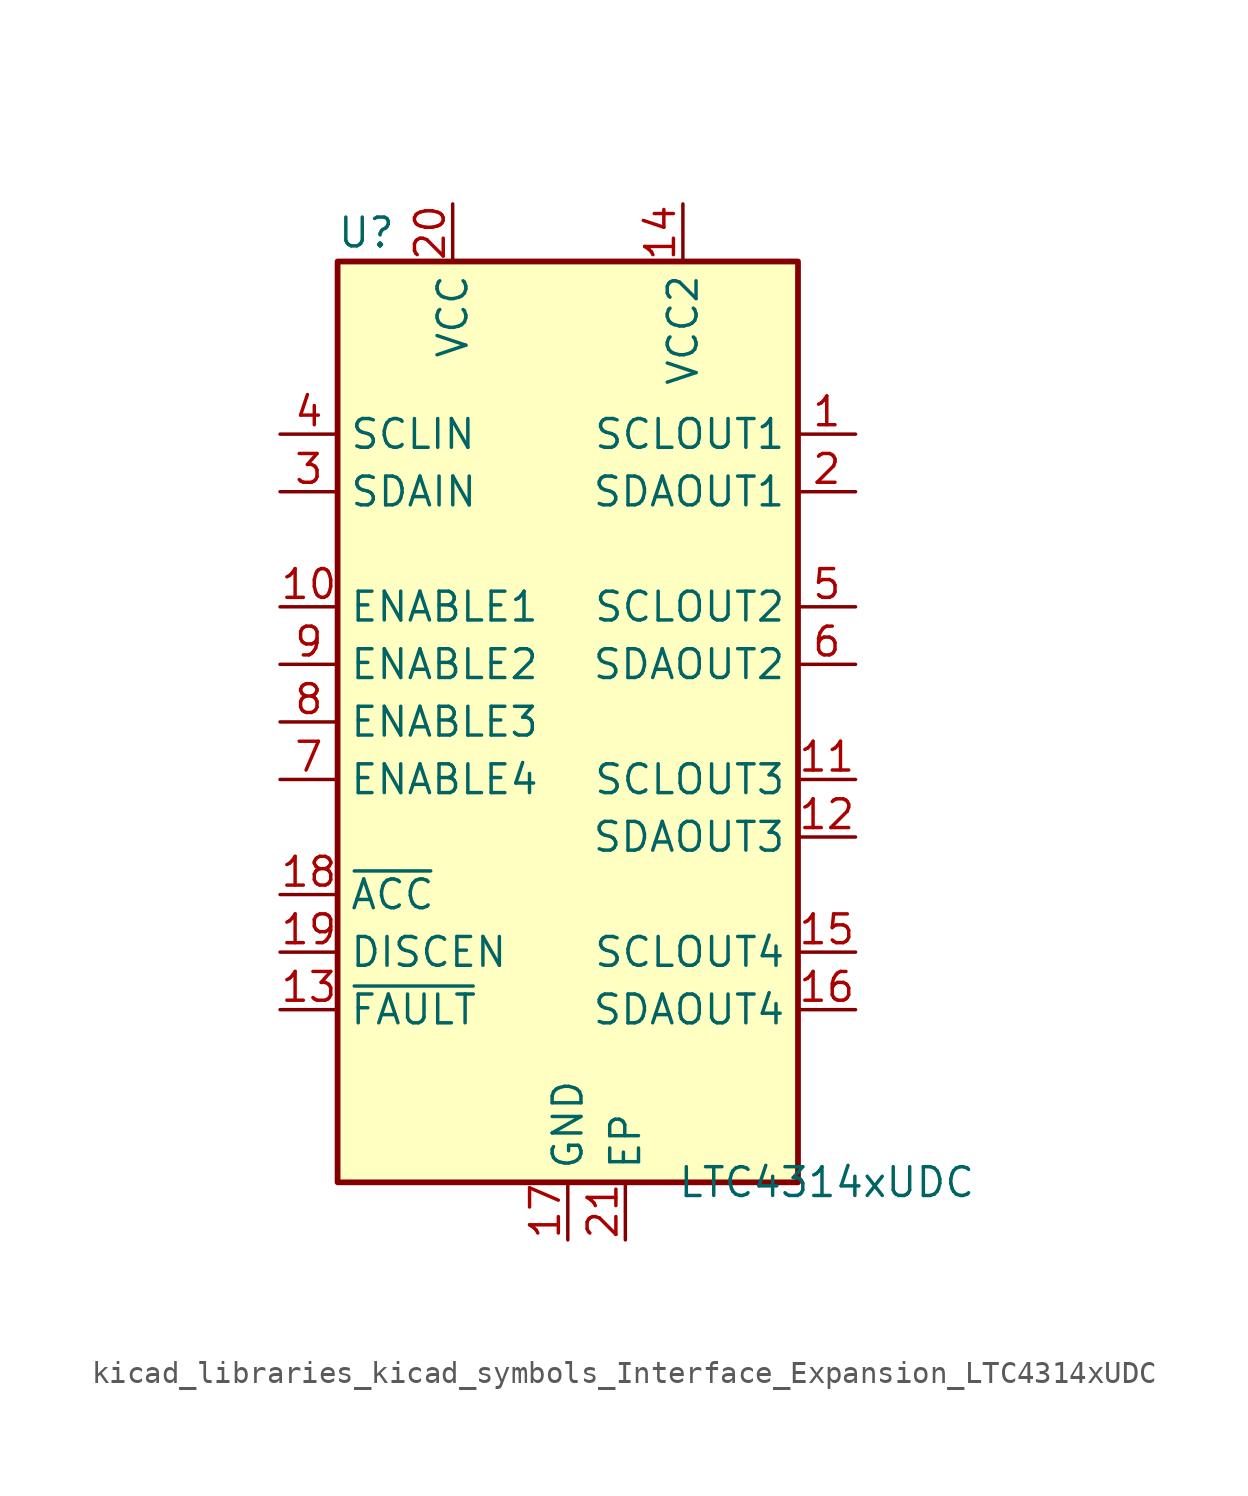
<source format=kicad_sym>
(kicad_symbol_lib
  (version 20220914)
  (generator kicad_symbol_editor)
  (symbol "kicad_libraries_kicad_symbols_Interface_Expansion_LTC4314xUDC"
    (property "Reference" "U"
      (at -8.89 21.59 0)
      (effects (font (size 1.27 1.27))))
    (property "Value" "LTC4314xUDC"
      (at 11.43 -20.32 0)
      (effects (font (size 1.27 1.27))))
    (symbol "kicad_libraries_kicad_symbols_Interface_Expansion_LTC4314xUDC_0_0"
      (pin bidirectional line (at 12.7 12.7 180) (length 2.54) (name "SCLOUT1" (effects (font (size 1.27 1.27)))) (number "1" (effects (font (size 1.27 1.27))))))
    (symbol "kicad_libraries_kicad_symbols_Interface_Expansion_LTC4314xUDC_0_1"
      (rectangle (start -10.16 20.32) (end 10.16 -20.32) (stroke (width 0.254) (type default)) (fill (type background))))
    (symbol "kicad_libraries_kicad_symbols_Interface_Expansion_LTC4314xUDC_1_1"
      (pin input line (at -12.7 5.08 0) (length 2.54) (name "ENABLE1" (effects (font (size 1.27 1.27)))) (number "10" (effects (font (size 1.27 1.27)))))
      (pin bidirectional line (at 12.7 -2.54 180) (length 2.54) (name "SCLOUT3" (effects (font (size 1.27 1.27)))) (number "11" (effects (font (size 1.27 1.27)))))
      (pin bidirectional line (at 12.7 -5.08 180) (length 2.54) (name "SDAOUT3" (effects (font (size 1.27 1.27)))) (number "12" (effects (font (size 1.27 1.27)))))
      (pin open_collector line (at -12.7 -12.7 0) (length 2.54) (name "~{FAULT}" (effects (font (size 1.27 1.27)))) (number "13" (effects (font (size 1.27 1.27)))))
      (pin power_in line (at 5.08 22.86 270) (length 2.54) (name "VCC2" (effects (font (size 1.27 1.27)))) (number "14" (effects (font (size 1.27 1.27)))))
      (pin bidirectional line (at 12.7 -10.16 180) (length 2.54) (name "SCLOUT4" (effects (font (size 1.27 1.27)))) (number "15" (effects (font (size 1.27 1.27)))))
      (pin bidirectional line (at 12.7 -12.7 180) (length 2.54) (name "SDAOUT4" (effects (font (size 1.27 1.27)))) (number "16" (effects (font (size 1.27 1.27)))))
      (pin power_in line (at 0 -22.86 90) (length 2.54) (name "GND" (effects (font (size 1.27 1.27)))) (number "17" (effects (font (size 1.27 1.27)))))
      (pin input line (at -12.7 -7.62 0) (length 2.54) (name "~{ACC}" (effects (font (size 1.27 1.27)))) (number "18" (effects (font (size 1.27 1.27)))))
      (pin input line (at -12.7 -10.16 0) (length 2.54) (name "DISCEN" (effects (font (size 1.27 1.27)))) (number "19" (effects (font (size 1.27 1.27)))))
      (pin bidirectional line (at 12.7 10.16 180) (length 2.54) (name "SDAOUT1" (effects (font (size 1.27 1.27)))) (number "2" (effects (font (size 1.27 1.27)))))
      (pin power_in line (at -5.08 22.86 270) (length 2.54) (name "VCC" (effects (font (size 1.27 1.27)))) (number "20" (effects (font (size 1.27 1.27)))))
      (pin passive line (at 2.54 -22.86 90) (length 2.54) (name "EP" (effects (font (size 1.27 1.27)))) (number "21" (effects (font (size 1.27 1.27)))))
      (pin bidirectional line (at -12.7 10.16 0) (length 2.54) (name "SDAIN" (effects (font (size 1.27 1.27)))) (number "3" (effects (font (size 1.27 1.27)))))
      (pin bidirectional line (at -12.7 12.7 0) (length 2.54) (name "SCLIN" (effects (font (size 1.27 1.27)))) (number "4" (effects (font (size 1.27 1.27)))))
      (pin bidirectional line (at 12.7 5.08 180) (length 2.54) (name "SCLOUT2" (effects (font (size 1.27 1.27)))) (number "5" (effects (font (size 1.27 1.27)))))
      (pin bidirectional line (at 12.7 2.54 180) (length 2.54) (name "SDAOUT2" (effects (font (size 1.27 1.27)))) (number "6" (effects (font (size 1.27 1.27)))))
      (pin input line (at -12.7 -2.54 0) (length 2.54) (name "ENABLE4" (effects (font (size 1.27 1.27)))) (number "7" (effects (font (size 1.27 1.27)))))
      (pin input line (at -12.7 0 0) (length 2.54) (name "ENABLE3" (effects (font (size 1.27 1.27)))) (number "8" (effects (font (size 1.27 1.27)))))
      (pin input line (at -12.7 2.54 0) (length 2.54) (name "ENABLE2" (effects (font (size 1.27 1.27)))) (number "9" (effects (font (size 1.27 1.27))))))))
</source>
